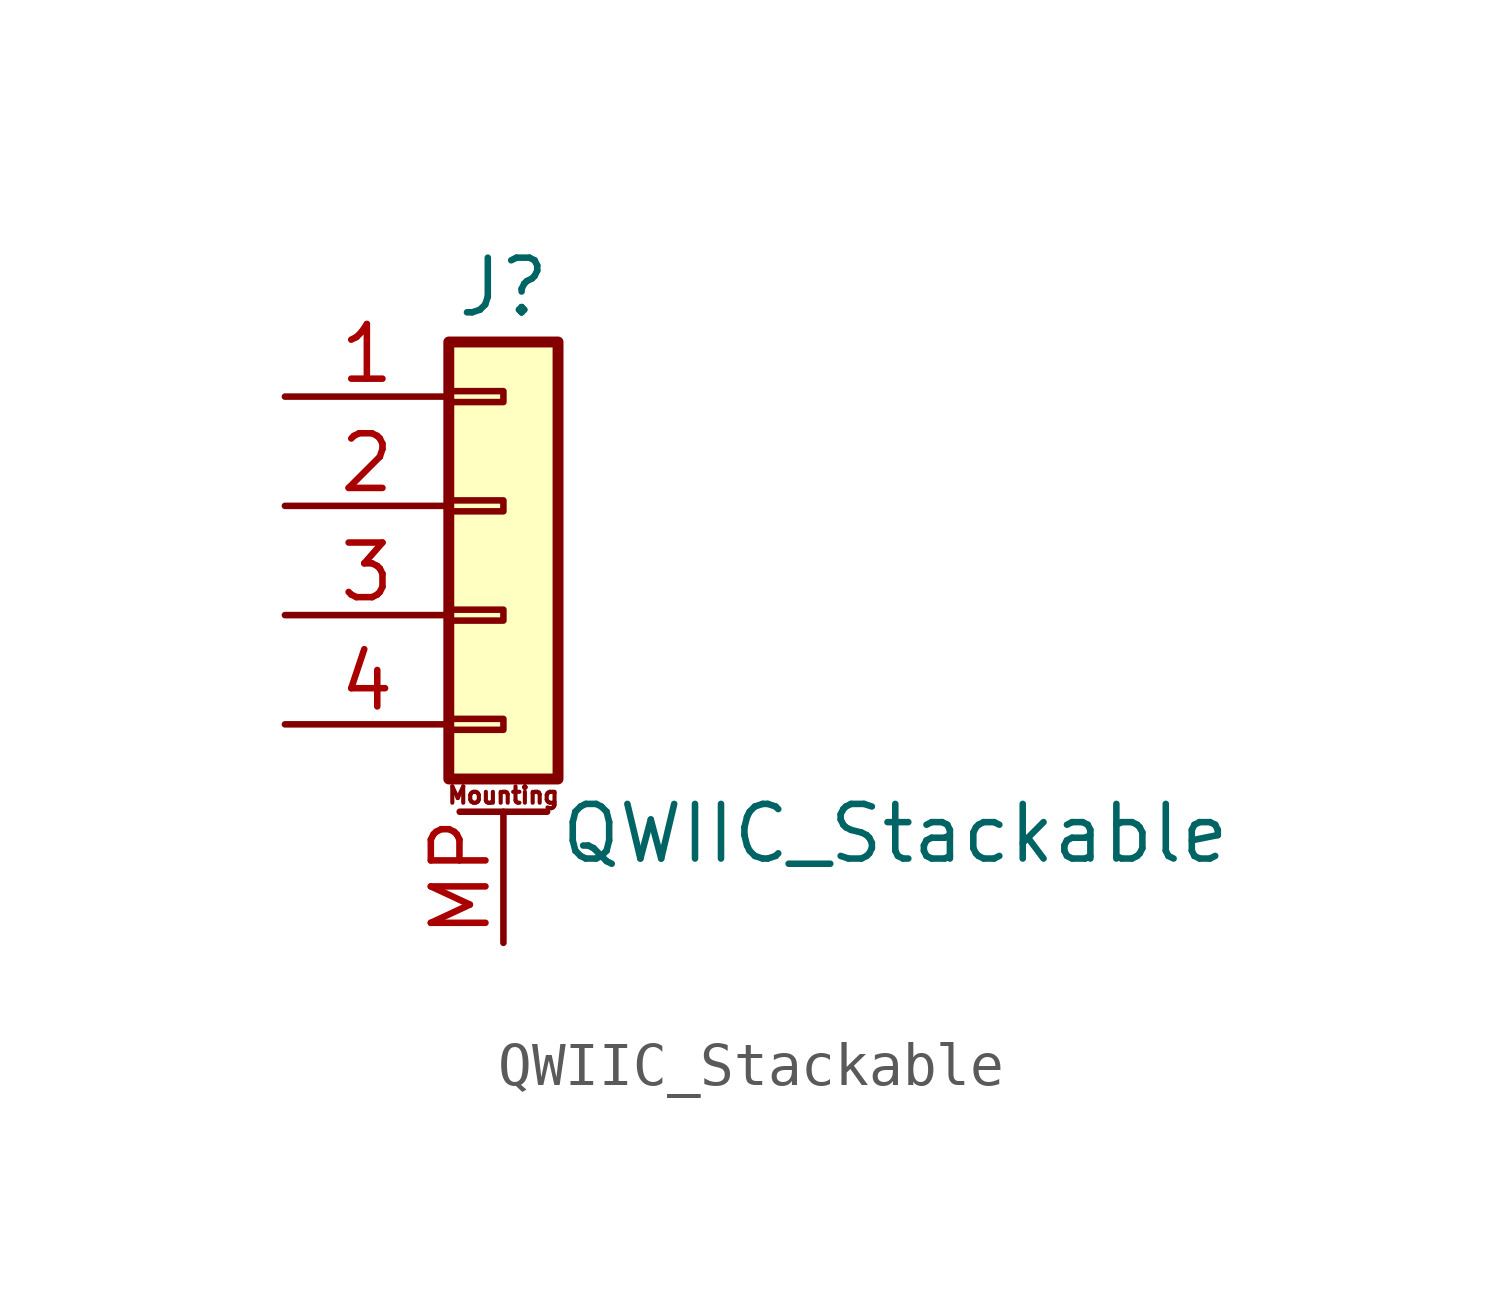
<source format=kicad_sym>
(kicad_symbol_lib
  (version 20211014)
  (generator kicad_symbol_editor)
  (symbol "QWIIC_Stackable"
    (pin_names
      (offset 1.016) hide)
    (property "Reference" "J"
      (at 0 5.08 0)
      (effects (font (size 1.27 1.27))))
    (property "Value" "QWIIC_Stackable"
      (at 1.27 -7.62 0)
      (effects (font (size 1.27 1.27)) (justify left)))
    (symbol "QWIIC_Stackable_1_1"
      (rectangle (start -1.27 -4.953) (end 0 -5.207) (stroke (width 0.152) (type default) (color 0 0 0 0)) (fill (type none)))
      (rectangle (start -1.27 -2.413) (end 0 -2.667) (stroke (width 0.152) (type default) (color 0 0 0 0)) (fill (type none)))
      (rectangle (start -1.27 0.127) (end 0 -0.127) (stroke (width 0.152) (type default) (color 0 0 0 0)) (fill (type none)))
      (rectangle (start -1.27 2.667) (end 0 2.413) (stroke (width 0.152) (type default) (color 0 0 0 0)) (fill (type none)))
      (rectangle (start -1.27 3.81) (end 1.27 -6.35) (stroke (width 0.254) (type default) (color 0 0 0 0)) (fill (type background)))
      (polyline (pts (xy -1.016 -7.112) (xy 1.016 -7.112)) (stroke (width 0.152) (type default) (color 0 0 0 0)) (fill (type none)))
      (text "Mounting" (at 0 -6.731 0) (effects (font (size 0.381 0.381))))
      (pin passive line (at -5.08 2.54 0) (length 3.81) (name "Pin_1" (effects (font (size 1.27 1.27)))) (number "1" (effects (font (size 1.27 1.27)))))
      (pin passive line (at -5.08 0 0) (length 3.81) (name "Pin_2" (effects (font (size 1.27 1.27)))) (number "2" (effects (font (size 1.27 1.27)))))
      (pin passive line (at -5.08 -2.54 0) (length 3.81) (name "Pin_3" (effects (font (size 1.27 1.27)))) (number "3" (effects (font (size 1.27 1.27)))))
      (pin passive line (at -5.08 -5.08 0) (length 3.81) (name "Pin_4" (effects (font (size 1.27 1.27)))) (number "4" (effects (font (size 1.27 1.27)))))
      (pin passive line (at 0 -10.16 90) (length 3.048) (name "MountPin" (effects (font (size 1.27 1.27)))) (number "MP" (effects (font (size 1.27 1.27))))))))
</source>
